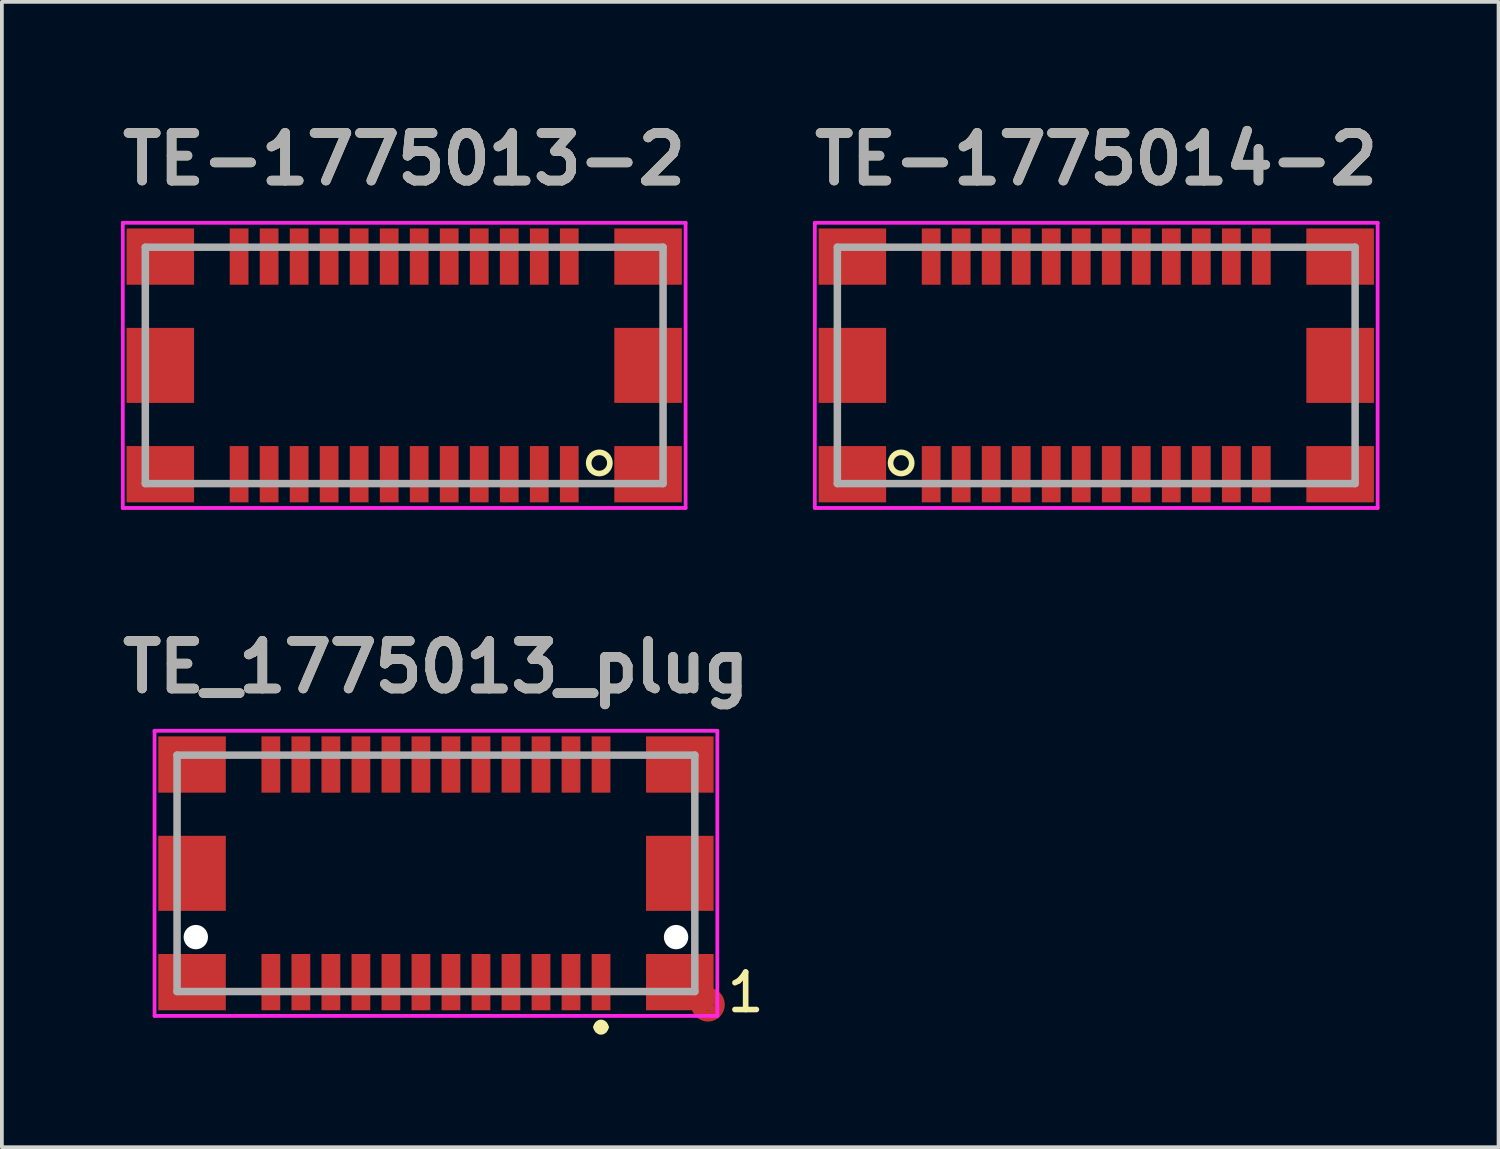
<source format=kicad_pcb>
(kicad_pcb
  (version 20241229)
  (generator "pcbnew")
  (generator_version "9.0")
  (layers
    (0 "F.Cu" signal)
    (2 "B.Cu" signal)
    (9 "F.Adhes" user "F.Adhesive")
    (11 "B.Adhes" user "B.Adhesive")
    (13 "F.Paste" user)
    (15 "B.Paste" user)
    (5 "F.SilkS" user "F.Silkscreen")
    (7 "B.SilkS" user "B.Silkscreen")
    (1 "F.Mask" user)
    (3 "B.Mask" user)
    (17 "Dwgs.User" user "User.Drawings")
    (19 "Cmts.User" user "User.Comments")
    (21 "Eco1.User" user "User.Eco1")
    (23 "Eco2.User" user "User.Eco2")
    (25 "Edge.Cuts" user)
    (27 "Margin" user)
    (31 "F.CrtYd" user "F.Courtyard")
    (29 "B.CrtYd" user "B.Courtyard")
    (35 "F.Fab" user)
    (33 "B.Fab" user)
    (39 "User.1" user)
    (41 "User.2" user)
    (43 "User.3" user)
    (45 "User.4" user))
  (footprint "TE-1775014-2"
    (layer "F.Cu")
    (at 26.168 6.689)
    (property "Reference" "TE-1775014-2" (at 0 -5.5 0) (layer "F.SilkS") (effects (font (size 1.27 1.27) (thickness 0.254))))
    (attr through_hole)
    (fp_circle (center -5.2 2.6) (end -5 2.8) (stroke (width 0.15) (type solid)) (fill no) (layer "F.SilkS"))
    (fp_line (start -7.5 -3.8) (end -7.5 3.8) (stroke (width 0.1) (type solid)) (layer "F.CrtYd"))
    (fp_line (start -7.5 3.8) (end 7.5 3.8) (stroke (width 0.1) (type solid)) (layer "F.CrtYd"))
    (fp_line (start 7.5 -3.8) (end -7.5 -3.8) (stroke (width 0.1) (type solid)) (layer "F.CrtYd"))
    (fp_line (start 7.5 3.8) (end 7.5 -3.8) (stroke (width 0.1) (type solid)) (layer "F.CrtYd"))
    (fp_line (start -6.9 -3.15) (end 6.9 -3.15) (stroke (width 0.2) (type solid)) (layer "F.Fab"))
    (fp_line (start -6.9 3.15) (end -6.9 -3.15) (stroke (width 0.2) (type solid)) (layer "F.Fab"))
    (fp_line (start 6.9 -3.15) (end 6.9 3.15) (stroke (width 0.2) (type solid)) (layer "F.Fab"))
    (fp_line (start 6.9 3.15) (end -6.9 3.15) (stroke (width 0.2) (type solid)) (layer "F.Fab"))
    (fp_text user "${REFERENCE}" (at 0 -5.5 0) (layer "F.Fab") (effects (font (size 1.27 1.27) (thickness 0.254))))
    (pad "" np_thru_hole circle (at -6.4 1.7) (size 0.001 0.001) (drill 0.85) (layers "*.Cu" "*.Mask"))
    (pad "" np_thru_hole circle (at 6.4 1.7) (size 0.001 0.001) (drill 0.85) (layers "*.Cu" "*.Mask"))
    (pad "1" smd rect (at -4.4 2.9) (size 0.5 1.5) (layers "F.Cu" "F.Mask" "F.Paste"))
    (pad "2" smd rect (at -4.4 -2.9) (size 0.5 1.5) (layers "F.Cu" "F.Mask" "F.Paste"))
    (pad "3" smd rect (at -3.6 2.9) (size 0.5 1.5) (layers "F.Cu" "F.Mask" "F.Paste"))
    (pad "4" smd rect (at -3.6 -2.9) (size 0.5 1.5) (layers "F.Cu" "F.Mask" "F.Paste"))
    (pad "5" smd rect (at -2.8 2.9) (size 0.5 1.5) (layers "F.Cu" "F.Mask" "F.Paste"))
    (pad "6" smd rect (at -2.8 -2.9) (size 0.5 1.5) (layers "F.Cu" "F.Mask" "F.Paste"))
    (pad "7" smd rect (at -2 2.9) (size 0.5 1.5) (layers "F.Cu" "F.Mask" "F.Paste"))
    (pad "8" smd rect (at -2 -2.9) (size 0.5 1.5) (layers "F.Cu" "F.Mask" "F.Paste"))
    (pad "9" smd rect (at -1.2 2.9) (size 0.5 1.5) (layers "F.Cu" "F.Mask" "F.Paste"))
    (pad "10" smd rect (at -1.2 -2.9) (size 0.5 1.5) (layers "F.Cu" "F.Mask" "F.Paste"))
    (pad "11" smd rect (at -0.4 2.9) (size 0.5 1.5) (layers "F.Cu" "F.Mask" "F.Paste"))
    (pad "12" smd rect (at -0.4 -2.9) (size 0.5 1.5) (layers "F.Cu" "F.Mask" "F.Paste"))
    (pad "13" smd rect (at 0.4 2.9) (size 0.5 1.5) (layers "F.Cu" "F.Mask" "F.Paste"))
    (pad "14" smd rect (at 0.4 -2.9) (size 0.5 1.5) (layers "F.Cu" "F.Mask" "F.Paste"))
    (pad "15" smd rect (at 1.2 2.9) (size 0.5 1.5) (layers "F.Cu" "F.Mask" "F.Paste"))
    (pad "16" smd rect (at 1.2 -2.9) (size 0.5 1.5) (layers "F.Cu" "F.Mask" "F.Paste"))
    (pad "17" smd rect (at 2 2.9) (size 0.5 1.5) (layers "F.Cu" "F.Mask" "F.Paste"))
    (pad "18" smd rect (at 2 -2.9) (size 0.5 1.5) (layers "F.Cu" "F.Mask" "F.Paste"))
    (pad "19" smd rect (at 2.8 2.9) (size 0.5 1.5) (layers "F.Cu" "F.Mask" "F.Paste"))
    (pad "20" smd rect (at 2.8 -2.9) (size 0.5 1.5) (layers "F.Cu" "F.Mask" "F.Paste"))
    (pad "21" smd rect (at 3.6 2.9) (size 0.5 1.5) (layers "F.Cu" "F.Mask" "F.Paste"))
    (pad "22" smd rect (at 3.6 -2.9) (size 0.5 1.5) (layers "F.Cu" "F.Mask" "F.Paste"))
    (pad "23" smd rect (at 4.4 2.9) (size 0.5 1.5) (layers "F.Cu" "F.Mask" "F.Paste"))
    (pad "24" smd rect (at 4.4 -2.9) (size 0.5 1.5) (layers "F.Cu" "F.Mask" "F.Paste"))
    (pad "MNT" smd rect (at -6.5 -2.9 90) (size 1.5 1.8) (layers "F.Cu" "F.Mask" "F.Paste"))
    (pad "MNT" smd rect (at -6.5 0) (size 1.8 2) (layers "F.Cu" "F.Mask" "F.Paste"))
    (pad "MNT" smd rect (at -6.5 2.9 90) (size 1.5 1.8) (layers "F.Cu" "F.Mask" "F.Paste"))
    (pad "MNT" smd rect (at 6.5 -2.9 90) (size 1.5 1.8) (layers "F.Cu" "F.Mask" "F.Paste"))
    (pad "MNT" smd rect (at 6.5 0) (size 1.8 2) (layers "F.Cu" "F.Mask" "F.Paste"))
    (pad "MNT" smd rect (at 6.5 2.9 90) (size 1.5 1.8) (layers "F.Cu" "F.Mask" "F.Paste")))
  (footprint "TE_1775013_plug"
    (layer "F.Cu")
    (at 8.569 20.227)
    (property "Reference" "TE_1775013_plug" (at 0 -5.5 0) (layer "F.SilkS") (effects (font (size 1.27 1.27) (thickness 0.254))))
    (attr through_hole)
    (fp_circle (center 7.25 3.5) (end 7.55 3.5) (stroke (width 0.3) (type solid)) (fill no) (layer "F.Cu"))
    (fp_line (start 4.3 4.1) (end 4.3 4.1) (stroke (width 0.2) (type solid)) (layer "F.SilkS"))
    (fp_line (start 4.5 4.1) (end 4.5 4.1) (stroke (width 0.2) (type solid)) (layer "F.SilkS"))
    (fp_arc (start 4.3 4.1) (mid 4.4 4) (end 4.5 4.1) (stroke (width 0.2) (type solid)) (layer "F.SilkS"))
    (fp_arc (start 4.5 4.1) (mid 4.4 4.2) (end 4.3 4.1) (stroke (width 0.2) (type solid)) (layer "F.SilkS"))
    (fp_line (start -7.5 -3.8) (end 7.5 -3.8) (stroke (width 0.1) (type solid)) (layer "F.CrtYd"))
    (fp_line (start -7.5 3.8) (end -7.5 -3.8) (stroke (width 0.1) (type solid)) (layer "F.CrtYd"))
    (fp_line (start 7.5 -3.8) (end 7.5 3.8) (stroke (width 0.1) (type solid)) (layer "F.CrtYd"))
    (fp_line (start 7.5 3.8) (end -7.5 3.8) (stroke (width 0.1) (type solid)) (layer "F.CrtYd"))
    (fp_line (start -6.9 -3.15) (end -6.9 3.15) (stroke (width 0.2) (type solid)) (layer "F.Fab"))
    (fp_line (start -6.9 3.15) (end 6.9 3.15) (stroke (width 0.2) (type solid)) (layer "F.Fab"))
    (fp_line (start 6.9 -3.15) (end -6.9 -3.15) (stroke (width 0.2) (type solid)) (layer "F.Fab"))
    (fp_line (start 6.9 3.15) (end 6.9 -3.15) (stroke (width 0.2) (type solid)) (layer "F.Fab"))
    (fp_text user "1" (at 8.255 3.175 0) (layer "F.SilkS") (effects (font (size 1 1) (thickness 0.15))))
    (fp_text user "${REFERENCE}" (at 0 -5.5 0) (layer "F.Fab") (effects (font (size 1.27 1.27) (thickness 0.254))))
    (pad "" np_thru_hole circle (at -6.4 1.7) (size 0.65 0.65) (drill 0.65) (layers "*.Cu" "*.Mask"))
    (pad "" np_thru_hole circle (at 6.4 1.7) (size 0.65 0.65) (drill 0.65) (layers "*.Cu" "*.Mask"))
    (pad "1" smd rect (at 4.4 2.9) (size 0.5 1.5) (layers "F.Cu" "F.Paste"))
    (pad "2" smd rect (at 4.4 -2.9) (size 0.5 1.5) (layers "F.Cu" "F.Paste"))
    (pad "3" smd rect (at 3.6 2.9) (size 0.5 1.5) (layers "F.Cu" "F.Paste"))
    (pad "4" smd rect (at 3.6 -2.9) (size 0.5 1.5) (layers "F.Cu" "F.Paste"))
    (pad "5" smd rect (at 2.8 2.9) (size 0.5 1.5) (layers "F.Cu" "F.Paste"))
    (pad "6" smd rect (at 2.8 -2.9) (size 0.5 1.5) (layers "F.Cu" "F.Paste"))
    (pad "7" smd rect (at 2 2.9) (size 0.5 1.5) (layers "F.Cu" "F.Paste"))
    (pad "8" smd rect (at 2 -2.9) (size 0.5 1.5) (layers "F.Cu" "F.Paste"))
    (pad "9" smd rect (at 1.2 2.9) (size 0.5 1.5) (layers "F.Cu" "F.Paste"))
    (pad "10" smd rect (at 1.2 -2.9) (size 0.5 1.5) (layers "F.Cu" "F.Paste"))
    (pad "11" smd rect (at 0.4 2.9) (size 0.5 1.5) (layers "F.Cu" "F.Paste"))
    (pad "12" smd rect (at 0.4 -2.9) (size 0.5 1.5) (layers "F.Cu" "F.Paste"))
    (pad "13" smd rect (at -0.4 2.9) (size 0.5 1.5) (layers "F.Cu" "F.Paste"))
    (pad "14" smd rect (at -0.4 -2.9) (size 0.5 1.5) (layers "F.Cu" "F.Paste"))
    (pad "15" smd rect (at -1.2 2.9) (size 0.5 1.5) (layers "F.Cu" "F.Paste"))
    (pad "16" smd rect (at -1.2 -2.9) (size 0.5 1.5) (layers "F.Cu" "F.Paste"))
    (pad "17" smd rect (at -2 2.9) (size 0.5 1.5) (layers "F.Cu" "F.Paste"))
    (pad "18" smd rect (at -2 -2.9) (size 0.5 1.5) (layers "F.Cu" "F.Paste"))
    (pad "19" smd rect (at -2.8 2.9) (size 0.5 1.5) (layers "F.Cu" "F.Paste"))
    (pad "20" smd rect (at -2.8 -2.9) (size 0.5 1.5) (layers "F.Cu" "F.Paste"))
    (pad "21" smd rect (at -3.6 2.9) (size 0.5 1.5) (layers "F.Cu" "F.Paste"))
    (pad "22" smd rect (at -3.6 -2.9) (size 0.5 1.5) (layers "F.Cu" "F.Paste"))
    (pad "23" smd rect (at -4.4 2.9) (size 0.5 1.5) (layers "F.Cu" "F.Paste"))
    (pad "24" smd rect (at -4.4 -2.9) (size 0.5 1.5) (layers "F.Cu" "F.Paste"))
    (pad "MNT" smd rect (at -6.5 -2.9 270) (size 1.5 1.8) (layers "F.Cu" "F.Paste"))
    (pad "MNT" smd rect (at -6.5 0) (size 1.8 2) (layers "F.Cu" "F.Paste"))
    (pad "MNT" smd rect (at -6.5 2.9 270) (size 1.5 1.8) (layers "F.Cu" "F.Paste"))
    (pad "MNT" smd rect (at 6.5 -2.9 270) (size 1.5 1.8) (layers "F.Cu" "F.Paste"))
    (pad "MNT" smd rect (at 6.5 0) (size 1.8 2) (layers "F.Cu" "F.Paste"))
    (pad "MNT" smd rect (at 6.5 2.9 270) (size 1.5 1.8) (layers "F.Cu" "F.Paste")))
  (footprint "TE-1775013-2"
    (layer "F.Cu")
    (at 7.723 6.689)
    (property "Reference" "TE-1775013-2" (at 0 -5.5 0) (layer "F.SilkS") (effects (font (size 1.27 1.27) (thickness 0.254))))
    (attr through_hole)
    (fp_circle (center 5.2 2.6) (end 5.4 2.8) (stroke (width 0.15) (type solid)) (fill no) (layer "F.SilkS"))
    (fp_line (start -7.5 -3.8) (end 7.5 -3.8) (stroke (width 0.1) (type solid)) (layer "F.CrtYd"))
    (fp_line (start -7.5 3.8) (end -7.5 -3.8) (stroke (width 0.1) (type solid)) (layer "F.CrtYd"))
    (fp_line (start 7.5 -3.8) (end 7.5 3.8) (stroke (width 0.1) (type solid)) (layer "F.CrtYd"))
    (fp_line (start 7.5 3.8) (end -7.5 3.8) (stroke (width 0.1) (type solid)) (layer "F.CrtYd"))
    (fp_line (start -6.9 -3.15) (end -6.9 3.15) (stroke (width 0.2) (type solid)) (layer "F.Fab"))
    (fp_line (start -6.9 3.15) (end 6.9 3.15) (stroke (width 0.2) (type solid)) (layer "F.Fab"))
    (fp_line (start 6.9 -3.15) (end -6.9 -3.15) (stroke (width 0.2) (type solid)) (layer "F.Fab"))
    (fp_line (start 6.9 3.15) (end 6.9 -3.15) (stroke (width 0.2) (type solid)) (layer "F.Fab"))
    (fp_text user "${REFERENCE}" (at 0 -5.5 0) (layer "F.Fab") (effects (font (size 1.27 1.27) (thickness 0.254))))
    (pad "" np_thru_hole circle (at -6.4 1.7) (size 0.001 0.001) (drill 0.85) (layers "*.Cu" "*.Mask"))
    (pad "" np_thru_hole circle (at 6.4 1.7) (size 0.001 0.001) (drill 0.85) (layers "*.Cu" "*.Mask"))
    (pad "1" smd rect (at 4.4 2.9) (size 0.5 1.5) (layers "F.Cu" "F.Mask" "F.Paste"))
    (pad "2" smd rect (at 4.4 -2.9) (size 0.5 1.5) (layers "F.Cu" "F.Mask" "F.Paste"))
    (pad "3" smd rect (at 3.6 2.9) (size 0.5 1.5) (layers "F.Cu" "F.Mask" "F.Paste"))
    (pad "4" smd rect (at 3.6 -2.9) (size 0.5 1.5) (layers "F.Cu" "F.Mask" "F.Paste"))
    (pad "5" smd rect (at 2.8 2.9) (size 0.5 1.5) (layers "F.Cu" "F.Mask" "F.Paste"))
    (pad "6" smd rect (at 2.8 -2.9) (size 0.5 1.5) (layers "F.Cu" "F.Mask" "F.Paste"))
    (pad "7" smd rect (at 2 2.9) (size 0.5 1.5) (layers "F.Cu" "F.Mask" "F.Paste"))
    (pad "8" smd rect (at 2 -2.9) (size 0.5 1.5) (layers "F.Cu" "F.Mask" "F.Paste"))
    (pad "9" smd rect (at 1.2 2.9) (size 0.5 1.5) (layers "F.Cu" "F.Mask" "F.Paste"))
    (pad "10" smd rect (at 1.2 -2.9) (size 0.5 1.5) (layers "F.Cu" "F.Mask" "F.Paste"))
    (pad "11" smd rect (at 0.4 2.9) (size 0.5 1.5) (layers "F.Cu" "F.Mask" "F.Paste"))
    (pad "12" smd rect (at 0.4 -2.9) (size 0.5 1.5) (layers "F.Cu" "F.Mask" "F.Paste"))
    (pad "13" smd rect (at -0.4 2.9) (size 0.5 1.5) (layers "F.Cu" "F.Mask" "F.Paste"))
    (pad "14" smd rect (at -0.4 -2.9) (size 0.5 1.5) (layers "F.Cu" "F.Mask" "F.Paste"))
    (pad "15" smd rect (at -1.2 2.9) (size 0.5 1.5) (layers "F.Cu" "F.Mask" "F.Paste"))
    (pad "16" smd rect (at -1.2 -2.9) (size 0.5 1.5) (layers "F.Cu" "F.Mask" "F.Paste"))
    (pad "17" smd rect (at -2 2.9) (size 0.5 1.5) (layers "F.Cu" "F.Mask" "F.Paste"))
    (pad "18" smd rect (at -2 -2.9) (size 0.5 1.5) (layers "F.Cu" "F.Mask" "F.Paste"))
    (pad "19" smd rect (at -2.8 2.9) (size 0.5 1.5) (layers "F.Cu" "F.Mask" "F.Paste"))
    (pad "20" smd rect (at -2.8 -2.9) (size 0.5 1.5) (layers "F.Cu" "F.Mask" "F.Paste"))
    (pad "21" smd rect (at -3.6 2.9) (size 0.5 1.5) (layers "F.Cu" "F.Mask" "F.Paste"))
    (pad "22" smd rect (at -3.6 -2.9) (size 0.5 1.5) (layers "F.Cu" "F.Mask" "F.Paste"))
    (pad "23" smd rect (at -4.4 2.9) (size 0.5 1.5) (layers "F.Cu" "F.Mask" "F.Paste"))
    (pad "24" smd rect (at -4.4 -2.9) (size 0.5 1.5) (layers "F.Cu" "F.Mask" "F.Paste"))
    (pad "MNT" smd rect (at -6.5 -2.9 270) (size 1.5 1.8) (layers "F.Cu" "F.Mask" "F.Paste"))
    (pad "MNT" smd rect (at -6.5 0) (size 1.8 2) (layers "F.Cu" "F.Mask" "F.Paste"))
    (pad "MNT" smd rect (at -6.5 2.9 270) (size 1.5 1.8) (layers "F.Cu" "F.Mask" "F.Paste"))
    (pad "MNT" smd rect (at 6.5 -2.9 270) (size 1.5 1.8) (layers "F.Cu" "F.Mask" "F.Paste"))
    (pad "MNT" smd rect (at 6.5 0) (size 1.8 2) (layers "F.Cu" "F.Mask" "F.Paste"))
    (pad "MNT" smd rect (at 6.5 2.9 270) (size 1.5 1.8) (layers "F.Cu" "F.Mask" "F.Paste")))
  (gr_rect
    (start -3 -3)
    (end 36.891 27.527)
    (stroke (width 0.1) (type default))
    (fill no)
    (layer "Edge.Cuts")))
</source>
